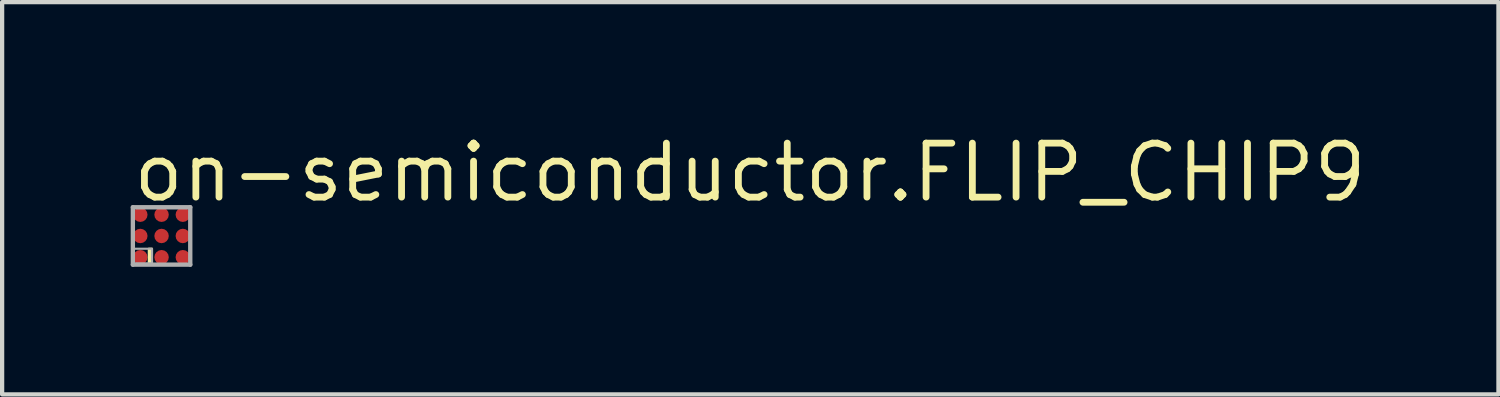
<source format=kicad_pcb>
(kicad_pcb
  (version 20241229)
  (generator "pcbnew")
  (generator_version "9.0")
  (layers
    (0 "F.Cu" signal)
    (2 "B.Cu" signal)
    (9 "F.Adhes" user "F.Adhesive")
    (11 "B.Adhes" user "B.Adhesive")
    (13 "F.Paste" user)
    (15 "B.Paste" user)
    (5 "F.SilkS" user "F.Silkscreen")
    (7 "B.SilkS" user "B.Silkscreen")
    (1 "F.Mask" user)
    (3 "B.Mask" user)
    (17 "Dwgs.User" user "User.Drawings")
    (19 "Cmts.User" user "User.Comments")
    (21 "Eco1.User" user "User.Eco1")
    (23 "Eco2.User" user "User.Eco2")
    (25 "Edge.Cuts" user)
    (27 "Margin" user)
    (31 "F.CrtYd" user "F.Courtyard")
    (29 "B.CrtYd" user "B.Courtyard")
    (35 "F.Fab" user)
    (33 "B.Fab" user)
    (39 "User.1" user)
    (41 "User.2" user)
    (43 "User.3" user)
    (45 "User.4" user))
  (footprint "on-semiconductor.FLIP_CHIP9"
    (layer "F.Cu")
    (at 0.75 2.5)
    (property "Reference" "on-semiconductor.FLIP_CHIP9" (at -0.75 -0.75 0) (layer "F.SilkS") (effects (font (size 1.27 1.27) (thickness 0.16)) (justify left bottom)))
    (attr smd)
    (fp_circle (center -0.5 -0.5) (end -0.35 -0.5) (stroke (width 0.1) (type default)) (fill no) (layer "F.Mask"))
    (fp_circle (center -0.5 0) (end -0.35 0) (stroke (width 0.1) (type default)) (fill no) (layer "F.Mask"))
    (fp_circle (center -0.5 0.5) (end -0.35 0.5) (stroke (width 0.1) (type default)) (fill no) (layer "F.Mask"))
    (fp_circle (center 0 -0.5) (end 0.15 -0.5) (stroke (width 0.1) (type default)) (fill no) (layer "F.Mask"))
    (fp_circle (center 0 0) (end 0.15 0) (stroke (width 0.1) (type default)) (fill no) (layer "F.Mask"))
    (fp_circle (center 0 0.5) (end 0.15 0.5) (stroke (width 0.1) (type default)) (fill no) (layer "F.Mask"))
    (fp_circle (center 0.5 -0.5) (end 0.65 -0.5) (stroke (width 0.1) (type default)) (fill no) (layer "F.Mask"))
    (fp_circle (center 0.5 0) (end 0.65 0) (stroke (width 0.1) (type default)) (fill no) (layer "F.Mask"))
    (fp_circle (center 0.5 0.5) (end 0.65 0.5) (stroke (width 0.1) (type default)) (fill no) (layer "F.Mask"))
    (fp_rect (start -0.3 0.625) (end -0.225 0.3) (stroke (width 0.05) (type default)) (fill yes) (layer "F.SilkS"))
    (fp_line (start -0.675 -0.675) (end 0.675 -0.675) (stroke (width 0.102) (type default)) (layer "F.Fab"))
    (fp_line (start -0.675 0.675) (end -0.675 -0.675) (stroke (width 0.102) (type default)) (layer "F.Fab"))
    (fp_line (start 0.675 -0.675) (end 0.675 0.675) (stroke (width 0.102) (type default)) (layer "F.Fab"))
    (fp_line (start 0.675 0.675) (end -0.675 0.675) (stroke (width 0.102) (type default)) (layer "F.Fab"))
    (fp_rect (start -0.675 0.65) (end -0.225 0.3) (stroke (width 0.05) (type default)) (fill no) (layer "F.Fab"))
    (pad "A1" smd roundrect (at -0.5 0.5) (size 0.34 0.34) (layers "F.Cu" "F.Mask" "F.Paste") (roundrect_rratio 0.5))
    (pad "A2" smd roundrect (at -0.5 0) (size 0.34 0.34) (layers "F.Cu" "F.Mask" "F.Paste") (roundrect_rratio 0.5))
    (pad "A3" smd roundrect (at -0.5 -0.5) (size 0.34 0.34) (layers "F.Cu" "F.Mask" "F.Paste") (roundrect_rratio 0.5))
    (pad "B1" smd roundrect (at 0 0.5) (size 0.34 0.34) (layers "F.Cu" "F.Mask" "F.Paste") (roundrect_rratio 0.5))
    (pad "B2" smd roundrect (at 0 0) (size 0.34 0.34) (layers "F.Cu" "F.Mask" "F.Paste") (roundrect_rratio 0.5))
    (pad "B3" smd roundrect (at 0 -0.5) (size 0.34 0.34) (layers "F.Cu" "F.Mask" "F.Paste") (roundrect_rratio 0.5))
    (pad "C1" smd roundrect (at 0.5 0.5) (size 0.34 0.34) (layers "F.Cu" "F.Mask" "F.Paste") (roundrect_rratio 0.5))
    (pad "C2" smd roundrect (at 0.5 0) (size 0.34 0.34) (layers "F.Cu" "F.Mask" "F.Paste") (roundrect_rratio 0.5))
    (pad "C3" smd roundrect (at 0.5 -0.5) (size 0.34 0.34) (layers "F.Cu" "F.Mask" "F.Paste") (roundrect_rratio 0.5)))
  (gr_rect
    (start -3 -3)
    (end 32.194 6.226)
    (stroke (width 0.1) (type default))
    (fill no)
    (layer "Edge.Cuts")))
</source>
